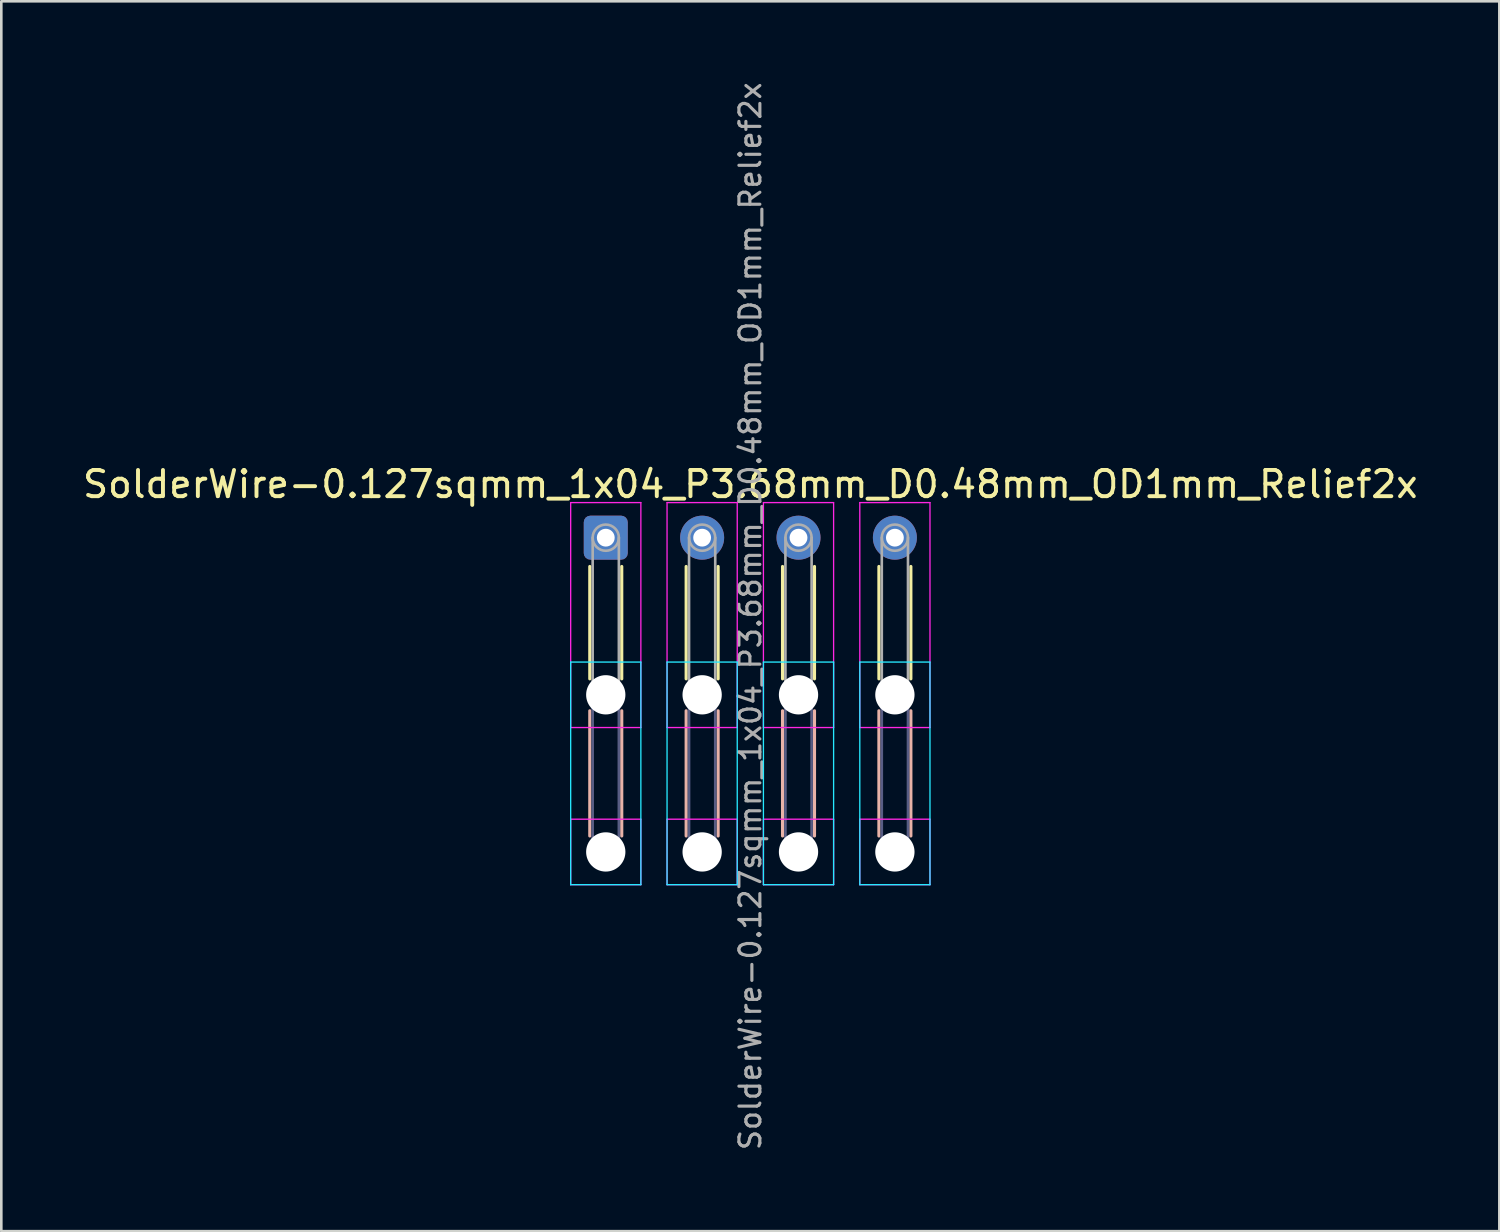
<source format=kicad_pcb>
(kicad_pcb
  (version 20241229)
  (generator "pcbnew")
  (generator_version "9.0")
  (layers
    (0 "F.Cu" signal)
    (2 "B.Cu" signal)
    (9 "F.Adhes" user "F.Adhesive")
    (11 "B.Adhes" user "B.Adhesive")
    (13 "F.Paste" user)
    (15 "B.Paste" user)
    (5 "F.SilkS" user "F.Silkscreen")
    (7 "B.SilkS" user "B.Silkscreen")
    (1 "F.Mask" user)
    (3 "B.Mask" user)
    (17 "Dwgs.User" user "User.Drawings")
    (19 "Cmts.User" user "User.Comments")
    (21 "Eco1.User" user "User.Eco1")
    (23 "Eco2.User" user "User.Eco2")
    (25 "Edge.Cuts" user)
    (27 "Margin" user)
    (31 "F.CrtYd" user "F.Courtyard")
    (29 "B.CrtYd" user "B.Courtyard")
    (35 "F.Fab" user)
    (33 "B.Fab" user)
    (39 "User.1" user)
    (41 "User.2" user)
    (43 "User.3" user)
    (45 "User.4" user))
  (footprint "SolderWire-0.127sqmm_1x04_P3.68mm_D0.48mm_OD1mm_Relief2x"
    (layer "F.Cu")
    (at 20.081 17.481)
    (property "Reference" "SolderWire-0.127sqmm_1x04_P3.68mm_D0.48mm_OD1mm_Relief2x" (at 5.52 -2.04 0) (layer "F.SilkS") (effects (font (size 1 1) (thickness 0.15))))
    (attr exclude_from_pos_files exclude_from_bom)
    (fp_line (start -0.61 1.1) (end -0.61 5.39) (stroke (width 0.12) (type solid)) (layer "F.SilkS"))
    (fp_line (start 0.61 1.1) (end 0.61 5.39) (stroke (width 0.12) (type solid)) (layer "F.SilkS"))
    (fp_line (start 3.07 1.1) (end 3.07 5.39) (stroke (width 0.12) (type solid)) (layer "F.SilkS"))
    (fp_line (start 4.29 1.1) (end 4.29 5.39) (stroke (width 0.12) (type solid)) (layer "F.SilkS"))
    (fp_line (start 6.75 1.1) (end 6.75 5.39) (stroke (width 0.12) (type solid)) (layer "F.SilkS"))
    (fp_line (start 7.97 1.1) (end 7.97 5.39) (stroke (width 0.12) (type solid)) (layer "F.SilkS"))
    (fp_line (start 10.43 1.1) (end 10.43 5.39) (stroke (width 0.12) (type solid)) (layer "F.SilkS"))
    (fp_line (start 11.65 1.1) (end 11.65 5.39) (stroke (width 0.12) (type solid)) (layer "F.SilkS"))
    (fp_line (start -0.61 6.61) (end -0.61 11.39) (stroke (width 0.12) (type solid)) (layer "B.SilkS"))
    (fp_line (start 0.61 6.61) (end 0.61 11.39) (stroke (width 0.12) (type solid)) (layer "B.SilkS"))
    (fp_line (start 3.07 6.61) (end 3.07 11.39) (stroke (width 0.12) (type solid)) (layer "B.SilkS"))
    (fp_line (start 4.29 6.61) (end 4.29 11.39) (stroke (width 0.12) (type solid)) (layer "B.SilkS"))
    (fp_line (start 6.75 6.61) (end 6.75 11.39) (stroke (width 0.12) (type solid)) (layer "B.SilkS"))
    (fp_line (start 7.97 6.61) (end 7.97 11.39) (stroke (width 0.12) (type solid)) (layer "B.SilkS"))
    (fp_line (start 10.43 6.61) (end 10.43 11.39) (stroke (width 0.12) (type solid)) (layer "B.SilkS"))
    (fp_line (start 11.65 6.61) (end 11.65 11.39) (stroke (width 0.12) (type solid)) (layer "B.SilkS"))
    (fp_line (start -1.34 4.75) (end -1.34 13.25) (stroke (width 0.05) (type solid)) (layer "B.CrtYd"))
    (fp_line (start -1.34 13.25) (end 1.34 13.25) (stroke (width 0.05) (type solid)) (layer "B.CrtYd"))
    (fp_line (start 1.34 4.75) (end -1.34 4.75) (stroke (width 0.05) (type solid)) (layer "B.CrtYd"))
    (fp_line (start 1.34 13.25) (end 1.34 4.75) (stroke (width 0.05) (type solid)) (layer "B.CrtYd"))
    (fp_line (start 2.34 4.75) (end 2.34 13.25) (stroke (width 0.05) (type solid)) (layer "B.CrtYd"))
    (fp_line (start 2.34 13.25) (end 5.02 13.25) (stroke (width 0.05) (type solid)) (layer "B.CrtYd"))
    (fp_line (start 5.02 4.75) (end 2.34 4.75) (stroke (width 0.05) (type solid)) (layer "B.CrtYd"))
    (fp_line (start 5.02 13.25) (end 5.02 4.75) (stroke (width 0.05) (type solid)) (layer "B.CrtYd"))
    (fp_line (start 6.02 4.75) (end 6.02 13.25) (stroke (width 0.05) (type solid)) (layer "B.CrtYd"))
    (fp_line (start 6.02 13.25) (end 8.7 13.25) (stroke (width 0.05) (type solid)) (layer "B.CrtYd"))
    (fp_line (start 8.7 4.75) (end 6.02 4.75) (stroke (width 0.05) (type solid)) (layer "B.CrtYd"))
    (fp_line (start 8.7 13.25) (end 8.7 4.75) (stroke (width 0.05) (type solid)) (layer "B.CrtYd"))
    (fp_line (start 9.7 4.75) (end 9.7 13.25) (stroke (width 0.05) (type solid)) (layer "B.CrtYd"))
    (fp_line (start 9.7 13.25) (end 12.38 13.25) (stroke (width 0.05) (type solid)) (layer "B.CrtYd"))
    (fp_line (start 12.38 4.75) (end 9.7 4.75) (stroke (width 0.05) (type solid)) (layer "B.CrtYd"))
    (fp_line (start 12.38 13.25) (end 12.38 4.75) (stroke (width 0.05) (type solid)) (layer "B.CrtYd"))
    (fp_line (start -1.34 -1.34) (end -1.34 7.25) (stroke (width 0.05) (type solid)) (layer "F.CrtYd"))
    (fp_line (start -1.34 7.25) (end 1.34 7.25) (stroke (width 0.05) (type solid)) (layer "F.CrtYd"))
    (fp_line (start -1.34 10.75) (end -1.34 13.25) (stroke (width 0.05) (type solid)) (layer "F.CrtYd"))
    (fp_line (start -1.34 13.25) (end 1.34 13.25) (stroke (width 0.05) (type solid)) (layer "F.CrtYd"))
    (fp_line (start 1.34 -1.34) (end -1.34 -1.34) (stroke (width 0.05) (type solid)) (layer "F.CrtYd"))
    (fp_line (start 1.34 7.25) (end 1.34 -1.34) (stroke (width 0.05) (type solid)) (layer "F.CrtYd"))
    (fp_line (start 1.34 10.75) (end -1.34 10.75) (stroke (width 0.05) (type solid)) (layer "F.CrtYd"))
    (fp_line (start 1.34 13.25) (end 1.34 10.75) (stroke (width 0.05) (type solid)) (layer "F.CrtYd"))
    (fp_line (start 2.34 -1.34) (end 2.34 7.25) (stroke (width 0.05) (type solid)) (layer "F.CrtYd"))
    (fp_line (start 2.34 7.25) (end 5.02 7.25) (stroke (width 0.05) (type solid)) (layer "F.CrtYd"))
    (fp_line (start 2.34 10.75) (end 2.34 13.25) (stroke (width 0.05) (type solid)) (layer "F.CrtYd"))
    (fp_line (start 2.34 13.25) (end 5.02 13.25) (stroke (width 0.05) (type solid)) (layer "F.CrtYd"))
    (fp_line (start 5.02 -1.34) (end 2.34 -1.34) (stroke (width 0.05) (type solid)) (layer "F.CrtYd"))
    (fp_line (start 5.02 7.25) (end 5.02 -1.34) (stroke (width 0.05) (type solid)) (layer "F.CrtYd"))
    (fp_line (start 5.02 10.75) (end 2.34 10.75) (stroke (width 0.05) (type solid)) (layer "F.CrtYd"))
    (fp_line (start 5.02 13.25) (end 5.02 10.75) (stroke (width 0.05) (type solid)) (layer "F.CrtYd"))
    (fp_line (start 6.02 -1.34) (end 6.02 7.25) (stroke (width 0.05) (type solid)) (layer "F.CrtYd"))
    (fp_line (start 6.02 7.25) (end 8.7 7.25) (stroke (width 0.05) (type solid)) (layer "F.CrtYd"))
    (fp_line (start 6.02 10.75) (end 6.02 13.25) (stroke (width 0.05) (type solid)) (layer "F.CrtYd"))
    (fp_line (start 6.02 13.25) (end 8.7 13.25) (stroke (width 0.05) (type solid)) (layer "F.CrtYd"))
    (fp_line (start 8.7 -1.34) (end 6.02 -1.34) (stroke (width 0.05) (type solid)) (layer "F.CrtYd"))
    (fp_line (start 8.7 7.25) (end 8.7 -1.34) (stroke (width 0.05) (type solid)) (layer "F.CrtYd"))
    (fp_line (start 8.7 10.75) (end 6.02 10.75) (stroke (width 0.05) (type solid)) (layer "F.CrtYd"))
    (fp_line (start 8.7 13.25) (end 8.7 10.75) (stroke (width 0.05) (type solid)) (layer "F.CrtYd"))
    (fp_line (start 9.7 -1.34) (end 9.7 7.25) (stroke (width 0.05) (type solid)) (layer "F.CrtYd"))
    (fp_line (start 9.7 7.25) (end 12.38 7.25) (stroke (width 0.05) (type solid)) (layer "F.CrtYd"))
    (fp_line (start 9.7 10.75) (end 9.7 13.25) (stroke (width 0.05) (type solid)) (layer "F.CrtYd"))
    (fp_line (start 9.7 13.25) (end 12.38 13.25) (stroke (width 0.05) (type solid)) (layer "F.CrtYd"))
    (fp_line (start 12.38 -1.34) (end 9.7 -1.34) (stroke (width 0.05) (type solid)) (layer "F.CrtYd"))
    (fp_line (start 12.38 7.25) (end 12.38 -1.34) (stroke (width 0.05) (type solid)) (layer "F.CrtYd"))
    (fp_line (start 12.38 10.75) (end 9.7 10.75) (stroke (width 0.05) (type solid)) (layer "F.CrtYd"))
    (fp_line (start 12.38 13.25) (end 12.38 10.75) (stroke (width 0.05) (type solid)) (layer "F.CrtYd"))
    (fp_line (start -0.5 6) (end -0.5 12) (stroke (width 0.1) (type solid)) (layer "B.Fab"))
    (fp_line (start 0.5 6) (end 0.5 12) (stroke (width 0.1) (type solid)) (layer "B.Fab"))
    (fp_line (start 3.18 6) (end 3.18 12) (stroke (width 0.1) (type solid)) (layer "B.Fab"))
    (fp_line (start 4.18 6) (end 4.18 12) (stroke (width 0.1) (type solid)) (layer "B.Fab"))
    (fp_line (start 6.86 6) (end 6.86 12) (stroke (width 0.1) (type solid)) (layer "B.Fab"))
    (fp_line (start 7.86 6) (end 7.86 12) (stroke (width 0.1) (type solid)) (layer "B.Fab"))
    (fp_line (start 10.54 6) (end 10.54 12) (stroke (width 0.1) (type solid)) (layer "B.Fab"))
    (fp_line (start 11.54 6) (end 11.54 12) (stroke (width 0.1) (type solid)) (layer "B.Fab"))
    (fp_circle (center 0 6) (end 0.5 6) (stroke (width 0.1) (type solid)) (fill no) (layer "B.Fab"))
    (fp_circle (center 0 12) (end 0.5 12) (stroke (width 0.1) (type solid)) (fill no) (layer "B.Fab"))
    (fp_circle (center 3.68 6) (end 4.18 6) (stroke (width 0.1) (type solid)) (fill no) (layer "B.Fab"))
    (fp_circle (center 3.68 12) (end 4.18 12) (stroke (width 0.1) (type solid)) (fill no) (layer "B.Fab"))
    (fp_circle (center 7.36 6) (end 7.86 6) (stroke (width 0.1) (type solid)) (fill no) (layer "B.Fab"))
    (fp_circle (center 7.36 12) (end 7.86 12) (stroke (width 0.1) (type solid)) (fill no) (layer "B.Fab"))
    (fp_circle (center 11.04 6) (end 11.54 6) (stroke (width 0.1) (type solid)) (fill no) (layer "B.Fab"))
    (fp_circle (center 11.04 12) (end 11.54 12) (stroke (width 0.1) (type solid)) (fill no) (layer "B.Fab"))
    (fp_line (start -0.5 0) (end -0.5 6) (stroke (width 0.1) (type solid)) (layer "F.Fab"))
    (fp_line (start 0.5 0) (end 0.5 6) (stroke (width 0.1) (type solid)) (layer "F.Fab"))
    (fp_line (start 3.18 0) (end 3.18 6) (stroke (width 0.1) (type solid)) (layer "F.Fab"))
    (fp_line (start 4.18 0) (end 4.18 6) (stroke (width 0.1) (type solid)) (layer "F.Fab"))
    (fp_line (start 6.86 0) (end 6.86 6) (stroke (width 0.1) (type solid)) (layer "F.Fab"))
    (fp_line (start 7.86 0) (end 7.86 6) (stroke (width 0.1) (type solid)) (layer "F.Fab"))
    (fp_line (start 10.54 0) (end 10.54 6) (stroke (width 0.1) (type solid)) (layer "F.Fab"))
    (fp_line (start 11.54 0) (end 11.54 6) (stroke (width 0.1) (type solid)) (layer "F.Fab"))
    (fp_circle (center 0 0) (end 0.5 0) (stroke (width 0.1) (type solid)) (fill no) (layer "F.Fab"))
    (fp_circle (center 0 6) (end 0.5 6) (stroke (width 0.1) (type solid)) (fill no) (layer "F.Fab"))
    (fp_circle (center 0 12) (end 0.5 12) (stroke (width 0.1) (type solid)) (fill no) (layer "F.Fab"))
    (fp_circle (center 3.68 0) (end 4.18 0) (stroke (width 0.1) (type solid)) (fill no) (layer "F.Fab"))
    (fp_circle (center 3.68 6) (end 4.18 6) (stroke (width 0.1) (type solid)) (fill no) (layer "F.Fab"))
    (fp_circle (center 3.68 12) (end 4.18 12) (stroke (width 0.1) (type solid)) (fill no) (layer "F.Fab"))
    (fp_circle (center 7.36 0) (end 7.86 0) (stroke (width 0.1) (type solid)) (fill no) (layer "F.Fab"))
    (fp_circle (center 7.36 6) (end 7.86 6) (stroke (width 0.1) (type solid)) (fill no) (layer "F.Fab"))
    (fp_circle (center 7.36 12) (end 7.86 12) (stroke (width 0.1) (type solid)) (fill no) (layer "F.Fab"))
    (fp_circle (center 11.04 0) (end 11.54 0) (stroke (width 0.1) (type solid)) (fill no) (layer "F.Fab"))
    (fp_circle (center 11.04 6) (end 11.54 6) (stroke (width 0.1) (type solid)) (fill no) (layer "F.Fab"))
    (fp_circle (center 11.04 12) (end 11.54 12) (stroke (width 0.1) (type solid)) (fill no) (layer "F.Fab"))
    (fp_text user "${REFERENCE}" (at 5.52 3 90) (layer "F.Fab") (effects (font (size 0.8 0.8) (thickness 0.12))))
    (pad "" np_thru_hole circle (at 0 6) (size 1.5 1.5) (drill 1.5) (layers "*.Cu" "*.Mask"))
    (pad "" np_thru_hole circle (at 0 12) (size 1.5 1.5) (drill 1.5) (layers "*.Cu" "*.Mask"))
    (pad "" np_thru_hole circle (at 3.68 6) (size 1.5 1.5) (drill 1.5) (layers "*.Cu" "*.Mask"))
    (pad "" np_thru_hole circle (at 3.68 12) (size 1.5 1.5) (drill 1.5) (layers "*.Cu" "*.Mask"))
    (pad "" np_thru_hole circle (at 7.36 6) (size 1.5 1.5) (drill 1.5) (layers "*.Cu" "*.Mask"))
    (pad "" np_thru_hole circle (at 7.36 12) (size 1.5 1.5) (drill 1.5) (layers "*.Cu" "*.Mask"))
    (pad "" np_thru_hole circle (at 11.04 6) (size 1.5 1.5) (drill 1.5) (layers "*.Cu" "*.Mask"))
    (pad "" np_thru_hole circle (at 11.04 12) (size 1.5 1.5) (drill 1.5) (layers "*.Cu" "*.Mask"))
    (pad "1" thru_hole roundrect (at 0 0) (size 1.68 1.68) (drill 0.68) (layers "*.Cu" "*.Mask") (roundrect_rratio 0.149))
    (pad "2" thru_hole circle (at 3.68 0) (size 1.68 1.68) (drill 0.68) (layers "*.Cu" "*.Mask"))
    (pad "3" thru_hole circle (at 7.36 0) (size 1.68 1.68) (drill 0.68) (layers "*.Cu" "*.Mask"))
    (pad "4" thru_hole circle (at 11.04 0) (size 1.68 1.68) (drill 0.68) (layers "*.Cu" "*.Mask")))
  (gr_rect
    (start -3 -3)
    (end 54.202 43.962)
    (stroke (width 0.1) (type default))
    (fill no)
    (layer "Edge.Cuts")))
</source>
